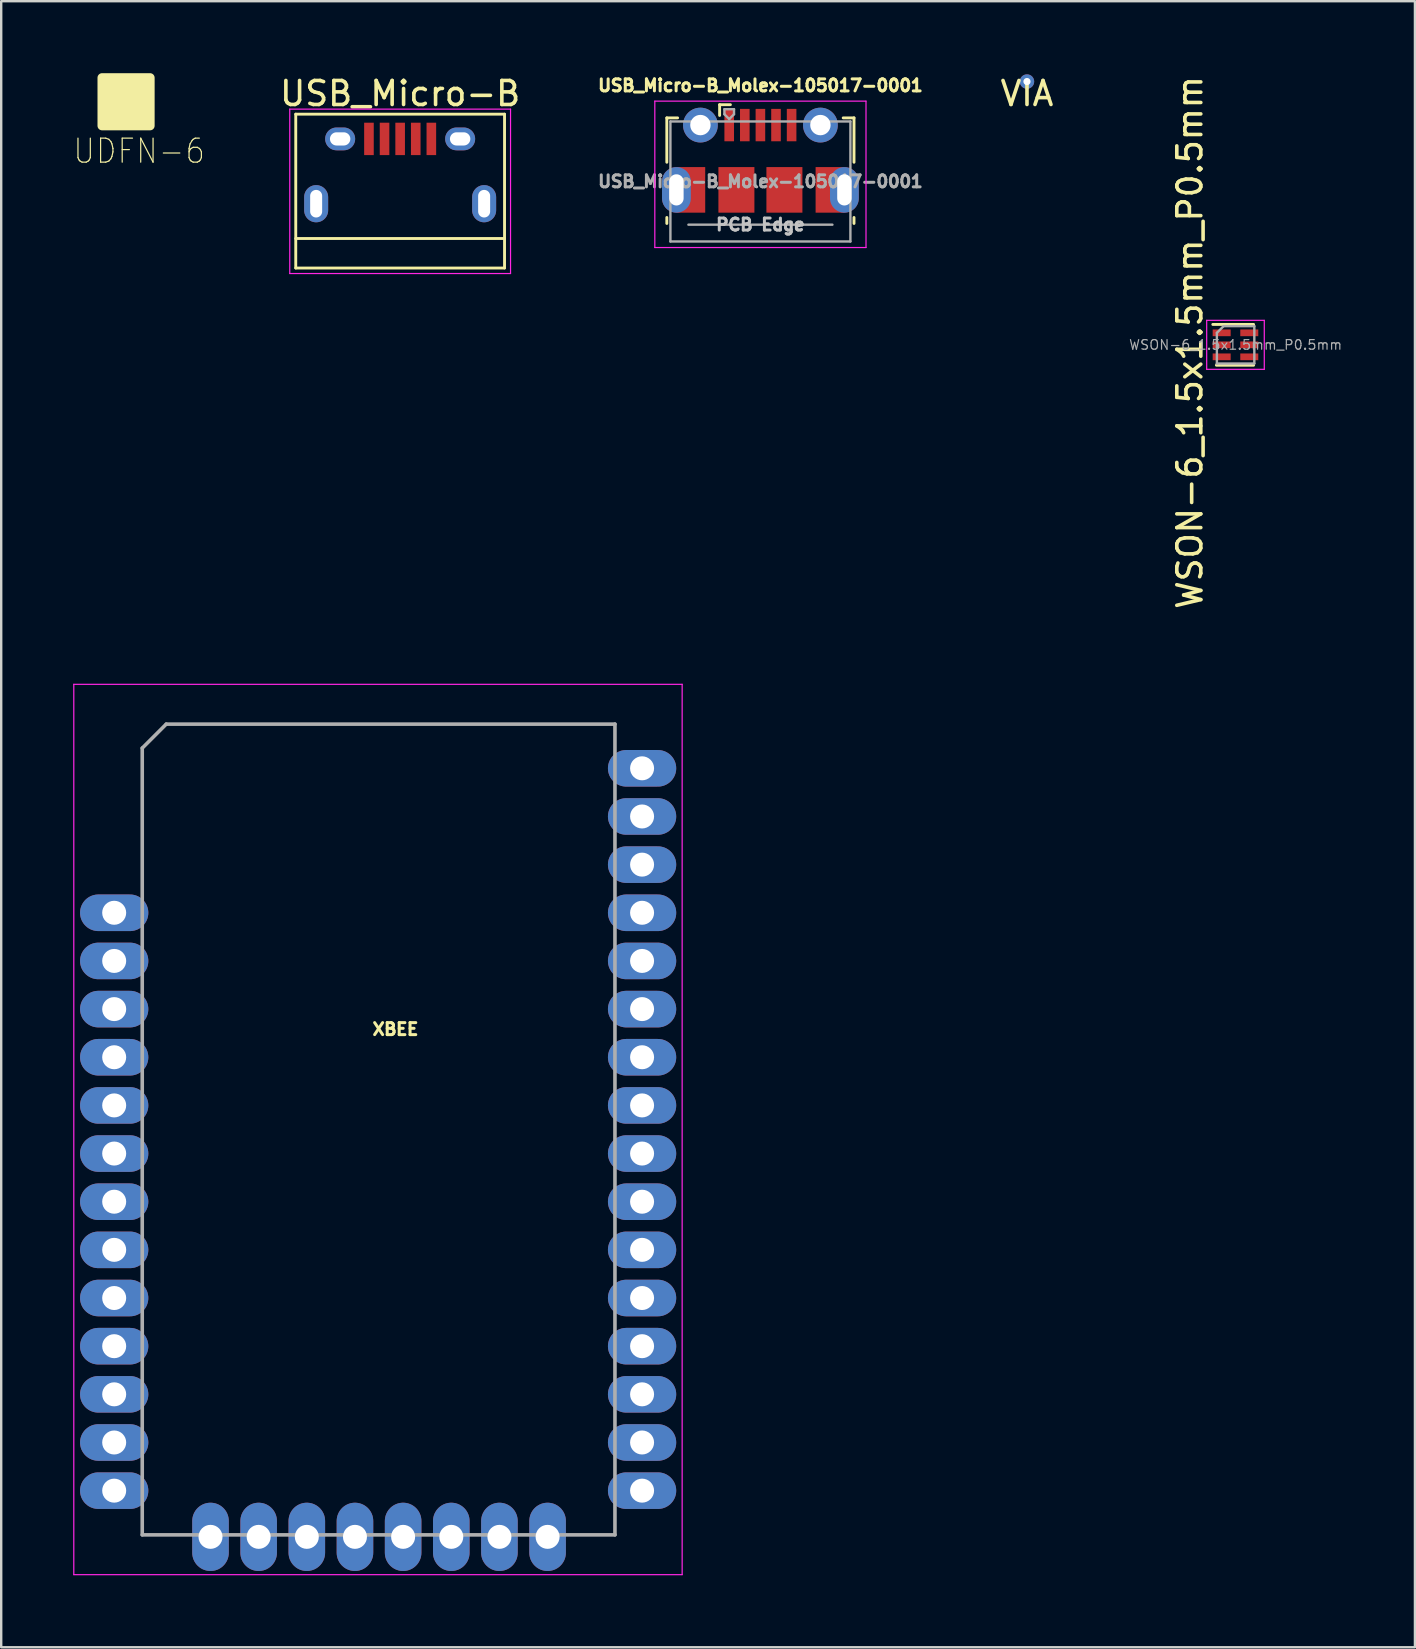
<source format=kicad_pcb>
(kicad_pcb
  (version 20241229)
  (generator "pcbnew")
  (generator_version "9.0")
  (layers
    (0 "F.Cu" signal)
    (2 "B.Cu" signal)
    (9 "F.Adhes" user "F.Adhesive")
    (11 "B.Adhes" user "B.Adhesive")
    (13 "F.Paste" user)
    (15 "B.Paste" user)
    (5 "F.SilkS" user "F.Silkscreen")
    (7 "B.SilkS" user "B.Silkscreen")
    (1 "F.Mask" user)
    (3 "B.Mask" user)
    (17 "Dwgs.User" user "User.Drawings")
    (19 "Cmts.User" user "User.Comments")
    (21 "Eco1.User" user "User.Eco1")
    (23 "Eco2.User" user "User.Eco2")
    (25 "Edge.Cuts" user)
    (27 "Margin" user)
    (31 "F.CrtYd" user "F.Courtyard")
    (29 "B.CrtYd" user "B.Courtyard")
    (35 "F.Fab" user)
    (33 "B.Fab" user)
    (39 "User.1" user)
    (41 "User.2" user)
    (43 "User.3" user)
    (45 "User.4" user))
  (footprint "UDFN-6"
    (layer "F.Cu")
    (at 2.203 1.19)
    (property "Reference" "UDFN-6" (at 0.546 2.057 0) (layer "F.SilkS") (effects (font (size 1 0.9) (thickness 0.05))))
    (attr smd)
    (fp_poly (pts (xy -1 -1) (xy 1 -1) (xy 1 1) (xy -1 1)) (stroke (width 0.381) (type solid)) (fill yes) (layer "F.SilkS"))
    (pad "1" smd rect (at -0.65 0.8 90) (size 0.4 0.3) (layers "F.Cu" "F.Mask" "F.Paste"))
    (pad "2" smd rect (at 0 0.8 90) (size 0.4 0.3) (layers "F.Cu" "F.Mask" "F.Paste"))
    (pad "3" smd rect (at 0.65 0.8 90) (size 0.4 0.3) (layers "F.Cu" "F.Mask" "F.Paste"))
    (pad "4" smd rect (at 0.65 -0.8 90) (size 0.4 0.3) (layers "F.Cu" "F.Mask" "F.Paste"))
    (pad "5" smd rect (at 0 -0.8 90) (size 0.4 0.3) (layers "F.Cu" "F.Mask" "F.Paste"))
    (pad "6" smd rect (at -0.65 -0.8 90) (size 0.4 0.3) (layers "F.Cu" "F.Mask" "F.Paste")))
  (footprint "USB_Micro-B"
    (layer "F.Cu")
    (at 13.624 4.088)
    (property "Reference" "USB_Micro-B" (at 0 -3.24 0) (layer "F.SilkS") (effects (font (size 1 1) (thickness 0.15))))
    (attr smd)
    (fp_line (start -4.35 -2.38) (end 4.35 -2.38) (stroke (width 0.12) (type solid)) (layer "F.SilkS"))
    (fp_line (start -4.35 4.03) (end -4.35 -2.38) (stroke (width 0.12) (type solid)) (layer "F.SilkS"))
    (fp_line (start -4.35 4.03) (end 4.35 4.03) (stroke (width 0.12) (type solid)) (layer "F.SilkS"))
    (fp_line (start 4.35 -2.38) (end 4.35 4.03) (stroke (width 0.12) (type solid)) (layer "F.SilkS"))
    (fp_line (start 4.35 2.8) (end -4.35 2.8) (stroke (width 0.12) (type solid)) (layer "F.SilkS"))
    (fp_line (start -4.6 -2.59) (end 4.6 -2.59) (stroke (width 0.05) (type solid)) (layer "F.CrtYd"))
    (fp_line (start -4.6 4.26) (end -4.6 -2.59) (stroke (width 0.05) (type solid)) (layer "F.CrtYd"))
    (fp_line (start 4.6 -2.59) (end 4.6 4.26) (stroke (width 0.05) (type solid)) (layer "F.CrtYd"))
    (fp_line (start 4.6 4.26) (end -4.6 4.26) (stroke (width 0.05) (type solid)) (layer "F.CrtYd"))
    (pad "1" smd rect (at -1.3 -1.35 90) (size 1.35 0.4) (layers "F.Cu" "F.Mask" "F.Paste"))
    (pad "2" smd rect (at -0.65 -1.35 90) (size 1.35 0.4) (layers "F.Cu" "F.Mask" "F.Paste"))
    (pad "3" smd rect (at 0 -1.35 90) (size 1.35 0.4) (layers "F.Cu" "F.Mask" "F.Paste"))
    (pad "4" smd rect (at 0.65 -1.35 90) (size 1.35 0.4) (layers "F.Cu" "F.Mask" "F.Paste"))
    (pad "5" smd rect (at 1.3 -1.35 90) (size 1.35 0.4) (layers "F.Cu" "F.Mask" "F.Paste"))
    (pad "6" thru_hole oval (at -3.5 1.35 90) (size 1.55 1) (drill oval 1.15 0.5) (layers "*.Cu" "*.Mask"))
    (pad "6" thru_hole oval (at -2.5 -1.35 90) (size 0.95 1.25) (drill oval 0.55 0.85) (layers "*.Cu" "*.Mask"))
    (pad "6" thru_hole oval (at 2.5 -1.35 90) (size 0.95 1.25) (drill oval 0.55 0.85) (layers "*.Cu" "*.Mask"))
    (pad "6" thru_hole oval (at 3.5 1.35 90) (size 1.55 1) (drill oval 1.15 0.5) (layers "*.Cu" "*.Mask")))
  (footprint "XBEE"
    (layer "F.Cu")
    (at 13.875 44.015)
    (property "Reference" "XBEE" (at -0.445 -4.178 0) (layer "F.SilkS") (effects (font (size 0.5 0.5) (thickness 0.125))))
    (attr smd)
    (fp_line (start -13.85 -18.55) (end 11.5 -18.55) (stroke (width 0.05) (type solid)) (layer "F.CrtYd"))
    (fp_line (start -13.85 18.55) (end -13.85 -18.55) (stroke (width 0.05) (type solid)) (layer "F.CrtYd"))
    (fp_line (start 11.5 -18.55) (end 11.5 18.55) (stroke (width 0.05) (type solid)) (layer "F.CrtYd"))
    (fp_line (start 11.5 18.55) (end -13.85 18.55) (stroke (width 0.05) (type solid)) (layer "F.CrtYd"))
    (fp_line (start -10.998 -15.891) (end -10.998 16.891) (stroke (width 0.15) (type solid)) (layer "F.Fab"))
    (fp_line (start -10.998 16.891) (end 8.7 16.891) (stroke (width 0.15) (type solid)) (layer "F.Fab"))
    (fp_line (start -9.998 -16.891) (end -10.998 -15.891) (stroke (width 0.15) (type solid)) (layer "F.Fab"))
    (fp_line (start 8.7 -16.891) (end -9.998 -16.891) (stroke (width 0.15) (type solid)) (layer "F.Fab"))
    (fp_line (start 8.7 16.891) (end 8.7 -16.891) (stroke (width 0.15) (type solid)) (layer "F.Fab"))
    (pad "1" thru_hole oval (at -12.167 -9.03 90) (size 1.524 2.845) (drill 1) (layers "F.Cu" "F.Mask"))
    (pad "2" thru_hole oval (at -12.167 -7.023 90) (size 1.524 2.845) (drill 1) (layers "F.Cu" "F.Mask"))
    (pad "3" thru_hole oval (at -12.167 -5.016 90) (size 1.524 2.845) (drill 1) (layers "F.Cu" "F.Mask"))
    (pad "4" thru_hole oval (at -12.167 -3.01 90) (size 1.524 2.845) (drill 1) (layers "F.Cu" "F.Mask"))
    (pad "5" thru_hole oval (at -12.167 -1.003 90) (size 1.524 2.845) (drill 1) (layers "F.Cu" "F.Mask"))
    (pad "6" thru_hole oval (at -12.167 1.003 90) (size 1.524 2.845) (drill 1) (layers "F.Cu" "F.Mask"))
    (pad "7" thru_hole oval (at -12.167 3.01 90) (size 1.524 2.845) (drill 1) (layers "F.Cu" "F.Mask"))
    (pad "8" thru_hole oval (at -12.167 5.016 90) (size 1.524 2.845) (drill 1) (layers "F.Cu" "F.Mask"))
    (pad "9" thru_hole oval (at -12.167 7.023 90) (size 1.524 2.845) (drill 1) (layers "F.Cu" "F.Mask"))
    (pad "10" thru_hole oval (at -12.167 9.03 90) (size 1.524 2.845) (drill 1) (layers "F.Cu" "F.Mask"))
    (pad "11" thru_hole oval (at -12.167 11.036 90) (size 1.524 2.845) (drill 1) (layers "F.Cu" "F.Mask"))
    (pad "12" thru_hole oval (at -12.167 13.043 90) (size 1.524 2.845) (drill 1) (layers "F.Cu" "F.Mask"))
    (pad "13" thru_hole oval (at -12.167 15.05 90) (size 1.524 2.845) (drill 1) (layers "F.Cu" "F.Mask"))
    (pad "14" thru_hole oval (at -8.153 16.975) (size 1.524 2.845) (drill 1) (layers "F.Cu" "F.Mask"))
    (pad "15" thru_hole oval (at -6.147 16.975) (size 1.524 2.845) (drill 1) (layers "F.Cu" "F.Mask"))
    (pad "16" thru_hole oval (at -4.14 16.975) (size 1.524 2.845) (drill 1) (layers "F.Cu" "F.Mask"))
    (pad "17" thru_hole oval (at -2.134 16.975) (size 1.524 2.845) (drill 1) (layers "F.Cu" "F.Mask"))
    (pad "18" thru_hole oval (at -0.127 16.975) (size 1.524 2.845) (drill 1) (layers "F.Cu" "F.Mask"))
    (pad "19" thru_hole oval (at 1.88 16.975) (size 1.524 2.845) (drill 1) (layers "F.Cu" "F.Mask"))
    (pad "20" thru_hole oval (at 3.886 16.975) (size 1.524 2.845) (drill 1) (layers "F.Cu" "F.Mask"))
    (pad "21" thru_hole oval (at 5.893 16.975) (size 1.524 2.845) (drill 1) (layers "F.Cu" "F.Mask"))
    (pad "22" thru_hole oval (at 9.83 15.05 90) (size 1.524 2.845) (drill 1) (layers "F.Cu" "F.Mask"))
    (pad "23" thru_hole oval (at 9.83 13.043 90) (size 1.524 2.845) (drill 1) (layers "F.Cu" "F.Mask"))
    (pad "24" thru_hole oval (at 9.83 11.036 90) (size 1.524 2.845) (drill 1) (layers "F.Cu" "F.Mask"))
    (pad "25" thru_hole oval (at 9.83 9.03 90) (size 1.524 2.845) (drill 1) (layers "F.Cu" "F.Mask"))
    (pad "26" thru_hole oval (at 9.83 7.023 90) (size 1.524 2.845) (drill 1) (layers "F.Cu" "F.Mask"))
    (pad "27" thru_hole oval (at 9.83 5.016 90) (size 1.524 2.845) (drill 1) (layers "F.Cu" "F.Mask"))
    (pad "28" thru_hole oval (at 9.83 3.01 90) (size 1.524 2.845) (drill 1) (layers "F.Cu" "F.Mask"))
    (pad "29" thru_hole oval (at 9.83 1.003 90) (size 1.524 2.845) (drill 1) (layers "F.Cu" "F.Mask"))
    (pad "30" thru_hole oval (at 9.83 -1.003 90) (size 1.524 2.845) (drill 1) (layers "F.Cu" "F.Mask"))
    (pad "31" thru_hole oval (at 9.83 -3.01 90) (size 1.524 2.845) (drill 1) (layers "F.Cu" "F.Mask"))
    (pad "32" thru_hole oval (at 9.83 -5.016 90) (size 1.524 2.845) (drill 1) (layers "F.Cu" "F.Mask"))
    (pad "33" thru_hole oval (at 9.83 -7.023 90) (size 1.524 2.845) (drill 1) (layers "F.Cu" "F.Mask"))
    (pad "34" thru_hole oval (at 9.83 -9.03 90) (size 1.524 2.845) (drill 1) (layers "F.Cu" "F.Mask"))
    (pad "35" thru_hole oval (at 9.83 -11.036 90) (size 1.524 2.845) (drill 1) (layers "F.Cu" "F.Mask"))
    (pad "36" thru_hole oval (at 9.83 -13.043 90) (size 1.524 2.845) (drill 1) (layers "F.Cu" "F.Mask"))
    (pad "37" thru_hole oval (at 9.83 -15.05 90) (size 1.524 2.845) (drill 1) (layers "F.Cu" "F.Mask")))
  (footprint "USB_Micro-B_Molex-105017-0001"
    (layer "F.Cu")
    (at 28.636 3.624)
    (property "Reference" "USB_Micro-B_Molex-105017-0001" (at 0 -3.112 0) (layer "F.SilkS") (effects (font (size 0.5 0.5) (thickness 0.125))))
    (attr smd)
    (fp_line (start -3.9 -1.762) (end -3.45 -1.762) (stroke (width 0.12) (type solid)) (layer "F.SilkS"))
    (fp_line (start -3.9 0.087) (end -3.9 -1.762) (stroke (width 0.12) (type solid)) (layer "F.SilkS"))
    (fp_line (start -3.9 2.638) (end -3.9 2.388) (stroke (width 0.12) (type solid)) (layer "F.SilkS"))
    (fp_line (start -1.7 -2.312) (end -1.7 -1.863) (stroke (width 0.12) (type solid)) (layer "F.SilkS"))
    (fp_line (start -1.7 -2.312) (end -1.25 -2.312) (stroke (width 0.12) (type solid)) (layer "F.SilkS"))
    (fp_line (start 3.9 -1.762) (end 3.45 -1.762) (stroke (width 0.12) (type solid)) (layer "F.SilkS"))
    (fp_line (start 3.9 0.087) (end 3.9 -1.762) (stroke (width 0.12) (type solid)) (layer "F.SilkS"))
    (fp_line (start 3.9 2.638) (end 3.9 2.388) (stroke (width 0.12) (type solid)) (layer "F.SilkS"))
    (fp_line (start -4.4 -2.46) (end 4.4 -2.46) (stroke (width 0.05) (type solid)) (layer "F.CrtYd"))
    (fp_line (start -4.4 3.64) (end -4.4 -2.46) (stroke (width 0.05) (type solid)) (layer "F.CrtYd"))
    (fp_line (start -4.4 3.64) (end 4.4 3.64) (stroke (width 0.05) (type solid)) (layer "F.CrtYd"))
    (fp_line (start 4.4 -2.46) (end 4.4 3.64) (stroke (width 0.05) (type solid)) (layer "F.CrtYd"))
    (fp_line (start -3.75 -1.613) (end 3.75 -1.613) (stroke (width 0.1) (type solid)) (layer "F.Fab"))
    (fp_line (start -3.75 3.388) (end -3.75 -1.613) (stroke (width 0.1) (type solid)) (layer "F.Fab"))
    (fp_line (start -3.75 3.389) (end 3.75 3.389) (stroke (width 0.1) (type solid)) (layer "F.Fab"))
    (fp_line (start -3 2.689) (end 3 2.689) (stroke (width 0.1) (type solid)) (layer "F.Fab"))
    (fp_line (start -1.5 -2.123) (end -1.5 -1.913) (stroke (width 0.1) (type solid)) (layer "F.Fab"))
    (fp_line (start -1.5 -2.123) (end -1.1 -2.123) (stroke (width 0.1) (type solid)) (layer "F.Fab"))
    (fp_line (start -1.3 -1.712) (end -1.5 -1.913) (stroke (width 0.1) (type solid)) (layer "F.Fab"))
    (fp_line (start -1.1 -2.123) (end -1.1 -1.913) (stroke (width 0.1) (type solid)) (layer "F.Fab"))
    (fp_line (start -1.1 -1.913) (end -1.3 -1.712) (stroke (width 0.1) (type solid)) (layer "F.Fab"))
    (fp_line (start 3.75 3.388) (end 3.75 -1.613) (stroke (width 0.1) (type solid)) (layer "F.Fab"))
    (fp_text user "PCB Edge" (at 0 2.688 0) (layer "Dwgs.User") (effects (font (size 0.5 0.5) (thickness 0.125))))
    (fp_text user "${REFERENCE}" (at 0 0.887 0) (layer "F.Fab") (effects (font (size 0.5 0.5) (thickness 0.125))))
    (pad "1" smd rect (at -1.3 -1.462) (size 0.4 1.35) (layers "F.Cu" "F.Mask" "F.Paste"))
    (pad "2" smd rect (at -0.65 -1.462) (size 0.4 1.35) (layers "F.Cu" "F.Mask" "F.Paste"))
    (pad "3" smd rect (at 0 -1.462) (size 0.4 1.35) (layers "F.Cu" "F.Mask" "F.Paste"))
    (pad "4" smd rect (at 0.65 -1.462) (size 0.4 1.35) (layers "F.Cu" "F.Mask" "F.Paste"))
    (pad "5" smd rect (at 1.3 -1.462) (size 0.4 1.35) (layers "F.Cu" "F.Mask" "F.Paste"))
    (pad "6" thru_hole oval (at -3.5 1.238 180) (size 1.2 1.9) (drill oval 0.6 1.3) (layers "*.Cu" "*.Mask"))
    (pad "6" smd rect (at -2.9 1.238) (size 1.2 1.9) (layers "F.Cu" "F.Mask"))
    (pad "6" thru_hole circle (at -2.5 -1.462) (size 1.45 1.45) (drill 0.85) (layers "*.Cu" "*.Mask"))
    (pad "6" smd rect (at -1 1.238) (size 1.5 1.9) (layers "F.Cu" "F.Mask" "F.Paste"))
    (pad "6" smd rect (at 1 1.238) (size 1.5 1.9) (layers "F.Cu" "F.Mask" "F.Paste"))
    (pad "6" thru_hole circle (at 2.5 -1.462) (size 1.45 1.45) (drill 0.85) (layers "*.Cu" "*.Mask"))
    (pad "6" smd rect (at 2.9 1.238) (size 1.2 1.9) (layers "F.Cu" "F.Mask"))
    (pad "6" thru_hole oval (at 3.5 1.238) (size 1.2 1.9) (drill oval 0.6 1.3) (layers "*.Cu" "*.Mask")))
  (footprint "WSON-6_1.5x1.5mm_P0.5mm"
    (layer "F.Cu")
    (at 48.432 11.319)
    (property "Reference" "WSON-6_1.5x1.5mm_P0.5mm" (at -1.9 -0.099 90) (layer "F.SilkS") (effects (font (size 1 1) (thickness 0.15))))
    (attr smd)
    (fp_line (start -0.945 -0.85) (end 0.755 -0.85) (stroke (width 0.12) (type solid)) (layer "F.SilkS"))
    (fp_line (start -0.795 0.85) (end 0.755 0.85) (stroke (width 0.12) (type solid)) (layer "F.SilkS"))
    (fp_line (start -1.2 1.02) (end -1.2 -1.02) (stroke (width 0.05) (type solid)) (layer "F.CrtYd"))
    (fp_line (start -1.2 1.02) (end 1.2 1.02) (stroke (width 0.05) (type solid)) (layer "F.CrtYd"))
    (fp_line (start 1.2 -1.02) (end -1.2 -1.02) (stroke (width 0.05) (type solid)) (layer "F.CrtYd"))
    (fp_line (start 1.2 -1.02) (end 1.2 1.02) (stroke (width 0.05) (type solid)) (layer "F.CrtYd"))
    (fp_line (start -0.775 -0.5) (end -0.775 0.78) (stroke (width 0.1) (type solid)) (layer "F.Fab"))
    (fp_line (start -0.775 0.78) (end 0.785 0.78) (stroke (width 0.1) (type solid)) (layer "F.Fab"))
    (fp_line (start -0.495 -0.78) (end -0.775 -0.5) (stroke (width 0.1) (type solid)) (layer "F.Fab"))
    (fp_line (start 0.785 -0.78) (end -0.495 -0.78) (stroke (width 0.1) (type solid)) (layer "F.Fab"))
    (fp_line (start 0.785 -0.78) (end 0.785 0.78) (stroke (width 0.1) (type solid)) (layer "F.Fab"))
    (fp_text user "${REFERENCE}" (at 0.005 0 0) (layer "F.Fab") (effects (font (size 0.4 0.4) (thickness 0.05))))
    (pad "1" smd rect (at -0.575 -0.5 270) (size 0.28 0.75) (layers "F.Cu" "F.Mask" "F.Paste"))
    (pad "2" smd rect (at -0.575 0 270) (size 0.28 0.75) (layers "F.Cu" "F.Mask" "F.Paste"))
    (pad "3" smd rect (at -0.575 0.5 270) (size 0.28 0.75) (layers "F.Cu" "F.Mask" "F.Paste"))
    (pad "4" smd rect (at 0.575 0.5 270) (size 0.28 0.75) (layers "F.Cu" "F.Mask" "F.Paste"))
    (pad "5" smd rect (at 0.575 0 270) (size 0.28 0.75) (layers "F.Cu" "F.Mask" "F.Paste"))
    (pad "6" smd rect (at 0.575 -0.5 270) (size 0.28 0.75) (layers "F.Cu" "F.Mask" "F.Paste")))
  (footprint "VIA"
    (layer "F.Cu")
    (at 39.744 0.348)
    (property "Reference" "VIA" (at 0 0.5 0) (layer "F.SilkS") (effects (font (size 1 1) (thickness 0.15))))
    (attr through_hole)
    (pad "1" thru_hole circle (at 0 0) (size 0.6 0.6) (drill 0.3) (layers "*.Cu")))
  (gr_rect
    (start -3 -3)
    (end 55.91 65.59)
    (stroke (width 0.1) (type default))
    (fill no)
    (layer "Edge.Cuts")))
</source>
